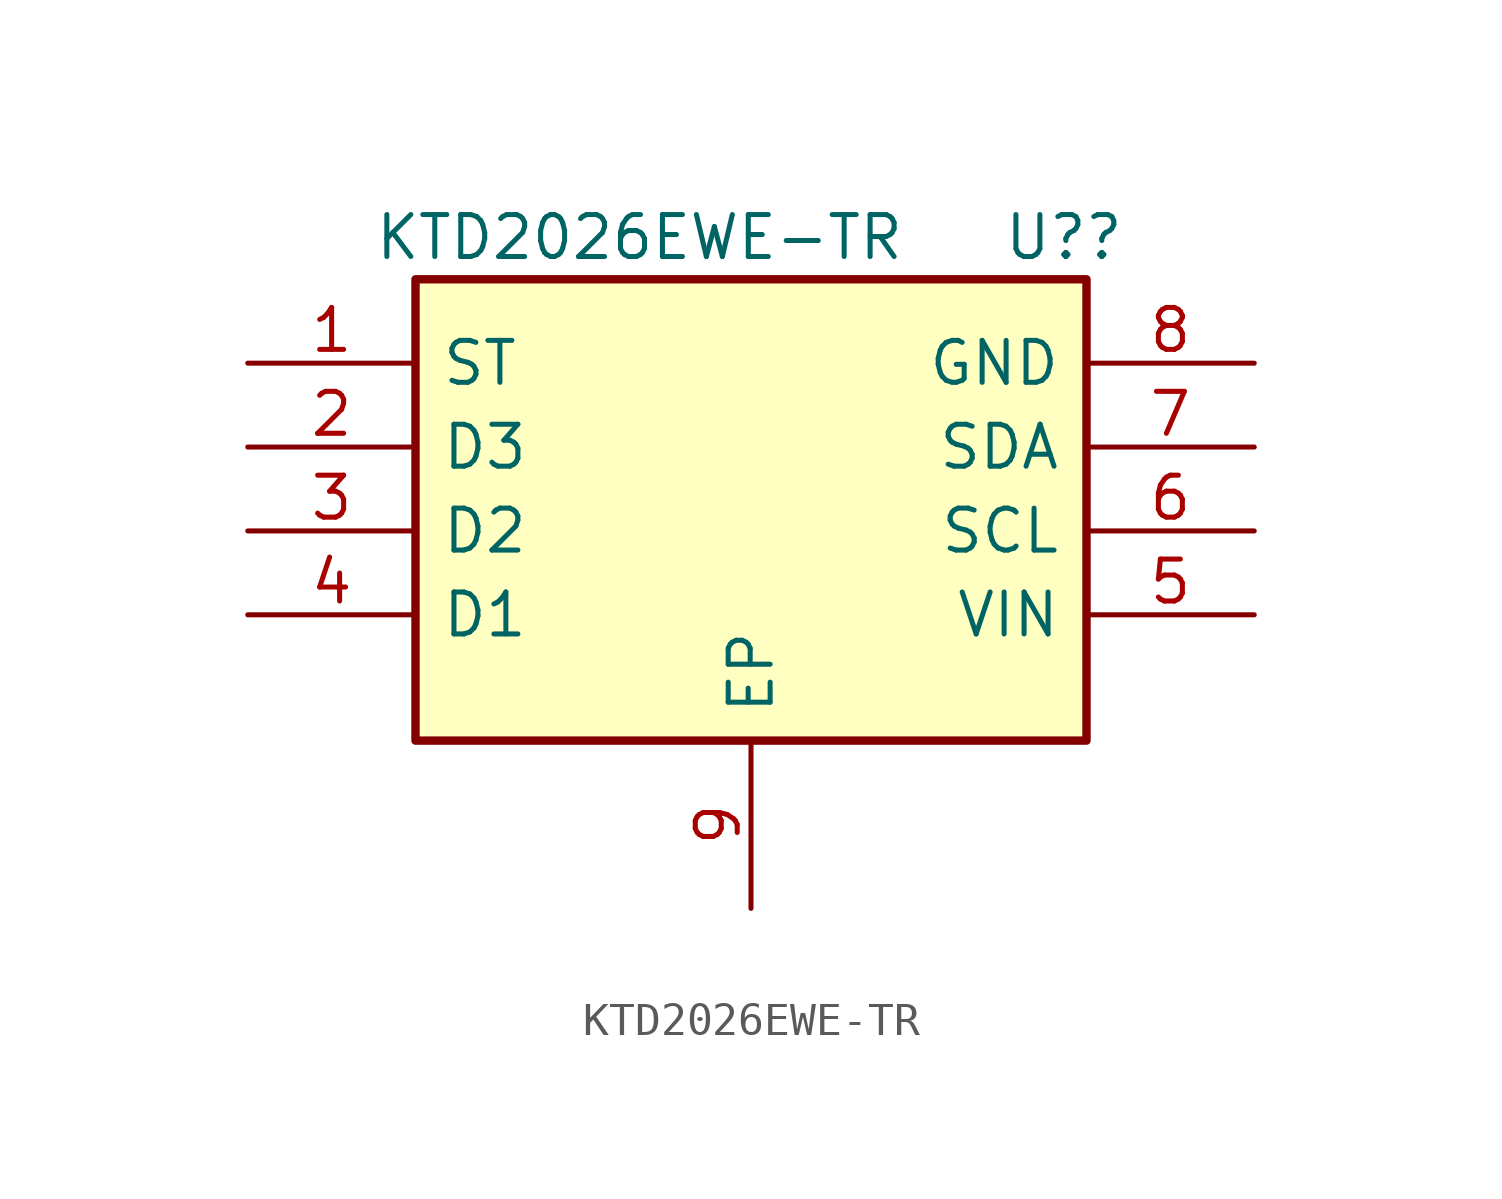
<source format=kicad_sym>
(kicad_symbol_lib
  (version 20220914)
  (generator kicad_symbol_editor)
  (symbol "KTD2026EWE-TR"
    (pin_names
      (offset 0.762))
    (property "Reference" "U?"
      (at 22.86 3.81 0)
      (effects (font (size 1.27 1.27)) (justify left)))
    (property "Value" "KTD2026EWE-TR"
      (at 3.81 3.81 0)
      (effects (font (size 1.27 1.27)) (justify left)))
    (symbol "KTD2026EWE-TR_0_0"
      (rectangle (start 5.08 2.54) (end 25.4 -11.43) (stroke (width 0.254) (type default)) (fill (type background)))
      (pin passive line (at 0 0 0) (length 5.08) (name "ST" (effects (font (size 1.27 1.27)))) (number "1" (effects (font (size 1.27 1.27)))))
      (pin passive line (at 0 -2.54 0) (length 5.08) (name "D3" (effects (font (size 1.27 1.27)))) (number "2" (effects (font (size 1.27 1.27)))))
      (pin passive line (at 0 -5.08 0) (length 5.08) (name "D2" (effects (font (size 1.27 1.27)))) (number "3" (effects (font (size 1.27 1.27)))))
      (pin passive line (at 0 -7.62 0) (length 5.08) (name "D1" (effects (font (size 1.27 1.27)))) (number "4" (effects (font (size 1.27 1.27)))))
      (pin power_in line (at 30.48 -7.62 180) (length 5.08) (name "VIN" (effects (font (size 1.27 1.27)))) (number "5" (effects (font (size 1.27 1.27)))))
      (pin passive line (at 30.48 -5.08 180) (length 5.08) (name "SCL" (effects (font (size 1.27 1.27)))) (number "6" (effects (font (size 1.27 1.27)))))
      (pin passive line (at 30.48 -2.54 180) (length 5.08) (name "SDA" (effects (font (size 1.27 1.27)))) (number "7" (effects (font (size 1.27 1.27)))))
      (pin power_in line (at 30.48 0 180) (length 5.08) (name "GND" (effects (font (size 1.27 1.27)))) (number "8" (effects (font (size 1.27 1.27)))))
      (pin power_in line (at 15.24 -16.51 90) (length 5.08) (name "EP" (effects (font (size 1.27 1.27)))) (number "9" (effects (font (size 1.27 1.27))))))))
</source>
